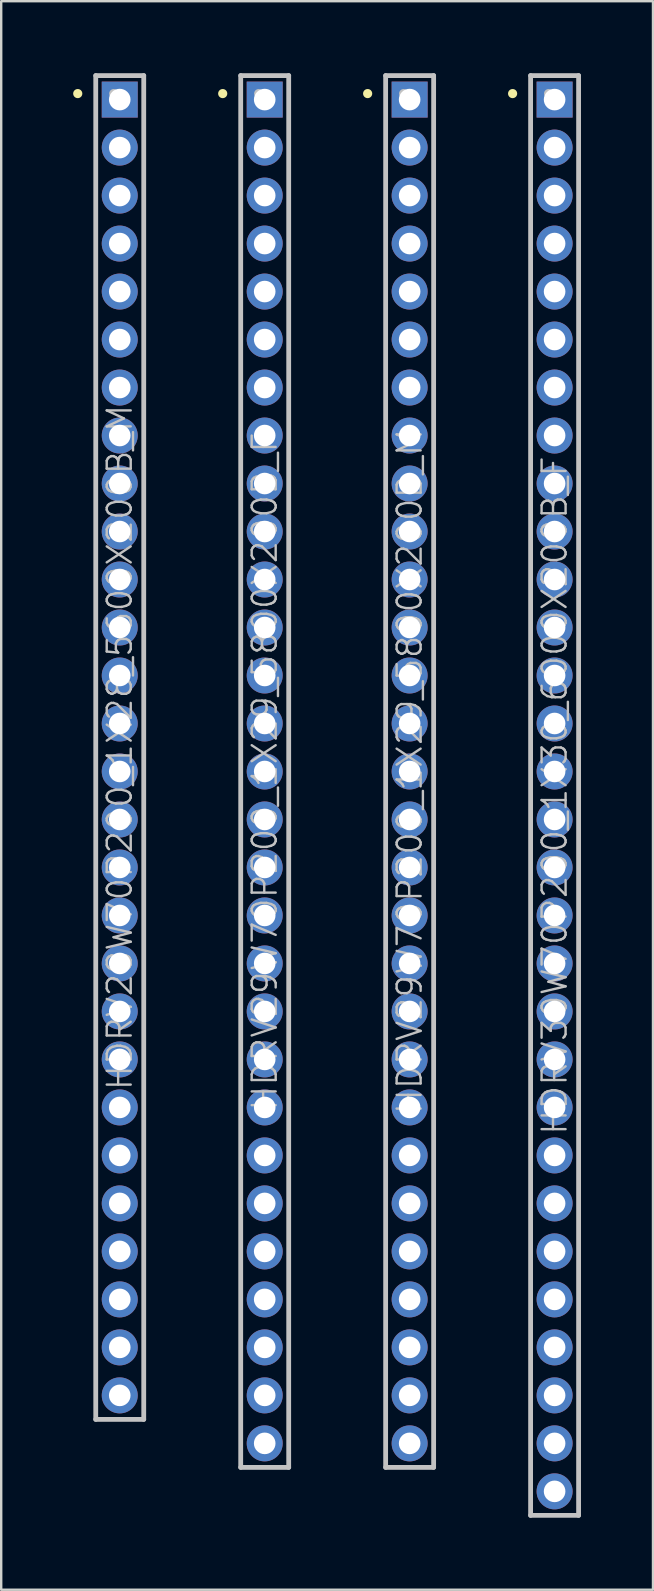
<source format=kicad_pcb>
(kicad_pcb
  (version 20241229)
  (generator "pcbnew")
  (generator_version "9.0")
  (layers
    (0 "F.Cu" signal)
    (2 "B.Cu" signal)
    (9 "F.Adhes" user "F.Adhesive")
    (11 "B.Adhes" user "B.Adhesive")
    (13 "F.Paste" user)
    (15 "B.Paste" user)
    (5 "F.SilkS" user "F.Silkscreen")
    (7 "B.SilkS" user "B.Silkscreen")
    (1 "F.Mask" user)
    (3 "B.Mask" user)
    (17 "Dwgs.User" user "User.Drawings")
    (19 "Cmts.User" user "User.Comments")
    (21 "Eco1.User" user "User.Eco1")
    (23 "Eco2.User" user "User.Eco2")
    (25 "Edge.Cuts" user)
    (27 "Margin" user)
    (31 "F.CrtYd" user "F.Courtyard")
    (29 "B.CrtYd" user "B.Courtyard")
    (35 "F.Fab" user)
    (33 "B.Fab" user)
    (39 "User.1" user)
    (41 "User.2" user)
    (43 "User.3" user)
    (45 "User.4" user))
  (footprint "HDRV30W70P200_1X30_6000X200B_F"
    (layer "F.Cu")
    (at 20.062 30.1)
    (property "Reference" "HDRV30W70P200_1X30_6000X200B_F" (at 0 0 90) (layer "Dwgs.User") (effects (font (size 1 1) (thickness 0.1))))
    (attr through_hole)
    (fp_line (start -1.75 -29.25) (end -1.75 -29.25) (stroke (width 0.381) (type solid)) (layer "F.SilkS"))
    (fp_line (start -1 -30) (end -1 30) (stroke (width 0.2) (type solid)) (layer "Dwgs.User"))
    (fp_line (start -1 -30) (end 1 -30) (stroke (width 0.2) (type solid)) (layer "Dwgs.User"))
    (fp_line (start -1 30) (end 1 30) (stroke (width 0.2) (type solid)) (layer "Dwgs.User"))
    (fp_line (start -0.25 -29.25) (end -0.25 -29.25) (stroke (width 0.381) (type solid)) (layer "Dwgs.User"))
    (fp_line (start 1 -30) (end 1 30) (stroke (width 0.2) (type solid)) (layer "Dwgs.User"))
    (pad "1" thru_hole rect (at 0 -29) (size 1.5 1.5) (drill 0.9) (layers "*.Cu" "*.Mask"))
    (pad "2" thru_hole circle (at 0 -27 270) (size 1.5 1.5) (drill 0.9) (layers "*.Cu" "*.Mask"))
    (pad "3" thru_hole circle (at 0 -25 270) (size 1.5 1.5) (drill 0.9) (layers "*.Cu" "*.Mask"))
    (pad "4" thru_hole circle (at 0 -23 270) (size 1.5 1.5) (drill 0.9) (layers "*.Cu" "*.Mask"))
    (pad "5" thru_hole circle (at 0 -21 270) (size 1.5 1.5) (drill 0.9) (layers "*.Cu" "*.Mask"))
    (pad "6" thru_hole circle (at 0 -19 270) (size 1.5 1.5) (drill 0.9) (layers "*.Cu" "*.Mask"))
    (pad "7" thru_hole circle (at 0 -17 270) (size 1.5 1.5) (drill 0.9) (layers "*.Cu" "*.Mask"))
    (pad "8" thru_hole circle (at 0 -15 270) (size 1.5 1.5) (drill 0.9) (layers "*.Cu" "*.Mask"))
    (pad "9" thru_hole circle (at 0 -13 270) (size 1.5 1.5) (drill 0.9) (layers "*.Cu" "*.Mask"))
    (pad "10" thru_hole circle (at 0 -11 270) (size 1.5 1.5) (drill 0.9) (layers "*.Cu" "*.Mask"))
    (pad "11" thru_hole circle (at 0 -9 270) (size 1.5 1.5) (drill 0.9) (layers "*.Cu" "*.Mask"))
    (pad "12" thru_hole circle (at 0 -7 270) (size 1.5 1.5) (drill 0.9) (layers "*.Cu" "*.Mask"))
    (pad "13" thru_hole circle (at 0 -5 270) (size 1.5 1.5) (drill 0.9) (layers "*.Cu" "*.Mask"))
    (pad "14" thru_hole circle (at 0 -3 270) (size 1.5 1.5) (drill 0.9) (layers "*.Cu" "*.Mask"))
    (pad "15" thru_hole circle (at 0 -1 270) (size 1.5 1.5) (drill 0.9) (layers "*.Cu" "*.Mask"))
    (pad "16" thru_hole circle (at 0 1 270) (size 1.5 1.5) (drill 0.9) (layers "*.Cu" "*.Mask"))
    (pad "17" thru_hole circle (at 0 3 270) (size 1.5 1.5) (drill 0.9) (layers "*.Cu" "*.Mask"))
    (pad "18" thru_hole circle (at 0 5 270) (size 1.5 1.5) (drill 0.9) (layers "*.Cu" "*.Mask"))
    (pad "19" thru_hole circle (at 0 7 270) (size 1.5 1.5) (drill 0.9) (layers "*.Cu" "*.Mask"))
    (pad "20" thru_hole circle (at 0 9 270) (size 1.5 1.5) (drill 0.9) (layers "*.Cu" "*.Mask"))
    (pad "21" thru_hole circle (at 0 11 270) (size 1.5 1.5) (drill 0.9) (layers "*.Cu" "*.Mask"))
    (pad "22" thru_hole circle (at 0 13 270) (size 1.5 1.5) (drill 0.9) (layers "*.Cu" "*.Mask"))
    (pad "23" thru_hole circle (at 0 15 270) (size 1.5 1.5) (drill 0.9) (layers "*.Cu" "*.Mask"))
    (pad "24" thru_hole circle (at 0 17 270) (size 1.5 1.5) (drill 0.9) (layers "*.Cu" "*.Mask"))
    (pad "25" thru_hole circle (at 0 19 270) (size 1.5 1.5) (drill 0.9) (layers "*.Cu" "*.Mask"))
    (pad "26" thru_hole circle (at 0 21 270) (size 1.5 1.5) (drill 0.9) (layers "*.Cu" "*.Mask"))
    (pad "27" thru_hole circle (at 0 23 270) (size 1.5 1.5) (drill 0.9) (layers "*.Cu" "*.Mask"))
    (pad "28" thru_hole circle (at 0 25 270) (size 1.5 1.5) (drill 0.9) (layers "*.Cu" "*.Mask"))
    (pad "29" thru_hole circle (at 0 27 270) (size 1.5 1.5) (drill 0.9) (layers "*.Cu" "*.Mask"))
    (pad "30" thru_hole circle (at 0 29 270) (size 1.5 1.5) (drill 0.9) (layers "*.Cu" "*.Mask")))
  (footprint "HDRV29W70P200_1X29_5800X200B_M"
    (layer "F.Cu")
    (at 14.021 29.1)
    (property "Reference" "HDRV29W70P200_1X29_5800X200B_M" (at 0 0 90) (layer "Dwgs.User") (effects (font (size 1 1) (thickness 0.1))))
    (attr through_hole)
    (fp_line (start -1.75 -28.25) (end -1.75 -28.25) (stroke (width 0.381) (type solid)) (layer "F.SilkS"))
    (fp_line (start -1 -29) (end -1 29) (stroke (width 0.2) (type solid)) (layer "Dwgs.User"))
    (fp_line (start -1 -29) (end 1 -29) (stroke (width 0.2) (type solid)) (layer "Dwgs.User"))
    (fp_line (start -1 29) (end 1 29) (stroke (width 0.2) (type solid)) (layer "Dwgs.User"))
    (fp_line (start -0.25 -28.25) (end -0.25 -28.25) (stroke (width 0.381) (type solid)) (layer "Dwgs.User"))
    (fp_line (start 1 -29) (end 1 29) (stroke (width 0.2) (type solid)) (layer "Dwgs.User"))
    (pad "1" thru_hole rect (at 0 -28) (size 1.5 1.5) (drill 0.9) (layers "*.Cu" "*.Mask"))
    (pad "2" thru_hole circle (at 0 -26 270) (size 1.5 1.5) (drill 0.9) (layers "*.Cu" "*.Mask"))
    (pad "3" thru_hole circle (at 0 -24 270) (size 1.5 1.5) (drill 0.9) (layers "*.Cu" "*.Mask"))
    (pad "4" thru_hole circle (at 0 -22 270) (size 1.5 1.5) (drill 0.9) (layers "*.Cu" "*.Mask"))
    (pad "5" thru_hole circle (at 0 -20 270) (size 1.5 1.5) (drill 0.9) (layers "*.Cu" "*.Mask"))
    (pad "6" thru_hole circle (at 0 -18 270) (size 1.5 1.5) (drill 0.9) (layers "*.Cu" "*.Mask"))
    (pad "7" thru_hole circle (at 0 -16 270) (size 1.5 1.5) (drill 0.9) (layers "*.Cu" "*.Mask"))
    (pad "8" thru_hole circle (at 0 -14 270) (size 1.5 1.5) (drill 0.9) (layers "*.Cu" "*.Mask"))
    (pad "9" thru_hole circle (at 0 -12 270) (size 1.5 1.5) (drill 0.9) (layers "*.Cu" "*.Mask"))
    (pad "10" thru_hole circle (at 0 -10 270) (size 1.5 1.5) (drill 0.9) (layers "*.Cu" "*.Mask"))
    (pad "11" thru_hole circle (at 0 -8 270) (size 1.5 1.5) (drill 0.9) (layers "*.Cu" "*.Mask"))
    (pad "12" thru_hole circle (at 0 -6 270) (size 1.5 1.5) (drill 0.9) (layers "*.Cu" "*.Mask"))
    (pad "13" thru_hole circle (at 0 -4 270) (size 1.5 1.5) (drill 0.9) (layers "*.Cu" "*.Mask"))
    (pad "14" thru_hole circle (at 0 -2 270) (size 1.5 1.5) (drill 0.9) (layers "*.Cu" "*.Mask"))
    (pad "15" thru_hole circle (at 0 0 270) (size 1.5 1.5) (drill 0.9) (layers "*.Cu" "*.Mask"))
    (pad "16" thru_hole circle (at 0 2 270) (size 1.5 1.5) (drill 0.9) (layers "*.Cu" "*.Mask"))
    (pad "17" thru_hole circle (at 0 4 270) (size 1.5 1.5) (drill 0.9) (layers "*.Cu" "*.Mask"))
    (pad "18" thru_hole circle (at 0 6 270) (size 1.5 1.5) (drill 0.9) (layers "*.Cu" "*.Mask"))
    (pad "19" thru_hole circle (at 0 8 270) (size 1.5 1.5) (drill 0.9) (layers "*.Cu" "*.Mask"))
    (pad "20" thru_hole circle (at 0 10 270) (size 1.5 1.5) (drill 0.9) (layers "*.Cu" "*.Mask"))
    (pad "21" thru_hole circle (at 0 12 270) (size 1.5 1.5) (drill 0.9) (layers "*.Cu" "*.Mask"))
    (pad "22" thru_hole circle (at 0 14 270) (size 1.5 1.5) (drill 0.9) (layers "*.Cu" "*.Mask"))
    (pad "23" thru_hole circle (at 0 16 270) (size 1.5 1.5) (drill 0.9) (layers "*.Cu" "*.Mask"))
    (pad "24" thru_hole circle (at 0 18 270) (size 1.5 1.5) (drill 0.9) (layers "*.Cu" "*.Mask"))
    (pad "25" thru_hole circle (at 0 20 270) (size 1.5 1.5) (drill 0.9) (layers "*.Cu" "*.Mask"))
    (pad "26" thru_hole circle (at 0 22 270) (size 1.5 1.5) (drill 0.9) (layers "*.Cu" "*.Mask"))
    (pad "27" thru_hole circle (at 0 24 270) (size 1.5 1.5) (drill 0.9) (layers "*.Cu" "*.Mask"))
    (pad "28" thru_hole circle (at 0 26 270) (size 1.5 1.5) (drill 0.9) (layers "*.Cu" "*.Mask"))
    (pad "29" thru_hole circle (at 0 28 270) (size 1.5 1.5) (drill 0.9) (layers "*.Cu" "*.Mask")))
  (footprint "HDRV28W70P200_1X28_5600X200B_M"
    (layer "F.Cu")
    (at 1.94 28.1)
    (property "Reference" "HDRV28W70P200_1X28_5600X200B_M" (at 0 0 90) (layer "Dwgs.User") (effects (font (size 1 1) (thickness 0.1))))
    (attr through_hole)
    (fp_line (start -1.75 -27.25) (end -1.75 -27.25) (stroke (width 0.381) (type solid)) (layer "F.SilkS"))
    (fp_line (start -1 -28) (end -1 28) (stroke (width 0.2) (type solid)) (layer "Dwgs.User"))
    (fp_line (start -1 -28) (end 1 -28) (stroke (width 0.2) (type solid)) (layer "Dwgs.User"))
    (fp_line (start -1 28) (end 1 28) (stroke (width 0.2) (type solid)) (layer "Dwgs.User"))
    (fp_line (start -0.25 -27.25) (end -0.25 -27.25) (stroke (width 0.381) (type solid)) (layer "Dwgs.User"))
    (fp_line (start 1 -28) (end 1 28) (stroke (width 0.2) (type solid)) (layer "Dwgs.User"))
    (pad "1" thru_hole rect (at 0 -27) (size 1.5 1.5) (drill 0.9) (layers "*.Cu" "*.Mask"))
    (pad "2" thru_hole circle (at 0 -25 270) (size 1.5 1.5) (drill 0.9) (layers "*.Cu" "*.Mask"))
    (pad "3" thru_hole circle (at 0 -23 270) (size 1.5 1.5) (drill 0.9) (layers "*.Cu" "*.Mask"))
    (pad "4" thru_hole circle (at 0 -21 270) (size 1.5 1.5) (drill 0.9) (layers "*.Cu" "*.Mask"))
    (pad "5" thru_hole circle (at 0 -19 270) (size 1.5 1.5) (drill 0.9) (layers "*.Cu" "*.Mask"))
    (pad "6" thru_hole circle (at 0 -17 270) (size 1.5 1.5) (drill 0.9) (layers "*.Cu" "*.Mask"))
    (pad "7" thru_hole circle (at 0 -15 270) (size 1.5 1.5) (drill 0.9) (layers "*.Cu" "*.Mask"))
    (pad "8" thru_hole circle (at 0 -13 270) (size 1.5 1.5) (drill 0.9) (layers "*.Cu" "*.Mask"))
    (pad "9" thru_hole circle (at 0 -11 270) (size 1.5 1.5) (drill 0.9) (layers "*.Cu" "*.Mask"))
    (pad "10" thru_hole circle (at 0 -9 270) (size 1.5 1.5) (drill 0.9) (layers "*.Cu" "*.Mask"))
    (pad "11" thru_hole circle (at 0 -7 270) (size 1.5 1.5) (drill 0.9) (layers "*.Cu" "*.Mask"))
    (pad "12" thru_hole circle (at 0 -5 270) (size 1.5 1.5) (drill 0.9) (layers "*.Cu" "*.Mask"))
    (pad "13" thru_hole circle (at 0 -3 270) (size 1.5 1.5) (drill 0.9) (layers "*.Cu" "*.Mask"))
    (pad "14" thru_hole circle (at 0 -1 270) (size 1.5 1.5) (drill 0.9) (layers "*.Cu" "*.Mask"))
    (pad "15" thru_hole circle (at 0 1 270) (size 1.5 1.5) (drill 0.9) (layers "*.Cu" "*.Mask"))
    (pad "16" thru_hole circle (at 0 3 270) (size 1.5 1.5) (drill 0.9) (layers "*.Cu" "*.Mask"))
    (pad "17" thru_hole circle (at 0 5 270) (size 1.5 1.5) (drill 0.9) (layers "*.Cu" "*.Mask"))
    (pad "18" thru_hole circle (at 0 7 270) (size 1.5 1.5) (drill 0.9) (layers "*.Cu" "*.Mask"))
    (pad "19" thru_hole circle (at 0 9 270) (size 1.5 1.5) (drill 0.9) (layers "*.Cu" "*.Mask"))
    (pad "20" thru_hole circle (at 0 11 270) (size 1.5 1.5) (drill 0.9) (layers "*.Cu" "*.Mask"))
    (pad "21" thru_hole circle (at 0 13 270) (size 1.5 1.5) (drill 0.9) (layers "*.Cu" "*.Mask"))
    (pad "22" thru_hole circle (at 0 15 270) (size 1.5 1.5) (drill 0.9) (layers "*.Cu" "*.Mask"))
    (pad "23" thru_hole circle (at 0 17 270) (size 1.5 1.5) (drill 0.9) (layers "*.Cu" "*.Mask"))
    (pad "24" thru_hole circle (at 0 19 270) (size 1.5 1.5) (drill 0.9) (layers "*.Cu" "*.Mask"))
    (pad "25" thru_hole circle (at 0 21 270) (size 1.5 1.5) (drill 0.9) (layers "*.Cu" "*.Mask"))
    (pad "26" thru_hole circle (at 0 23 270) (size 1.5 1.5) (drill 0.9) (layers "*.Cu" "*.Mask"))
    (pad "27" thru_hole circle (at 0 25 270) (size 1.5 1.5) (drill 0.9) (layers "*.Cu" "*.Mask"))
    (pad "28" thru_hole circle (at 0 27 270) (size 1.5 1.5) (drill 0.9) (layers "*.Cu" "*.Mask")))
  (footprint "HDRV29W70P200_1X29_5800X200B_F"
    (layer "F.Cu")
    (at 7.981 29.1)
    (property "Reference" "HDRV29W70P200_1X29_5800X200B_F" (at 0 0 90) (layer "Dwgs.User") (effects (font (size 1 1) (thickness 0.1))))
    (attr through_hole)
    (fp_line (start -1.75 -28.25) (end -1.75 -28.25) (stroke (width 0.381) (type solid)) (layer "F.SilkS"))
    (fp_line (start -1 -29) (end -1 29) (stroke (width 0.2) (type solid)) (layer "Dwgs.User"))
    (fp_line (start -1 -29) (end 1 -29) (stroke (width 0.2) (type solid)) (layer "Dwgs.User"))
    (fp_line (start -1 29) (end 1 29) (stroke (width 0.2) (type solid)) (layer "Dwgs.User"))
    (fp_line (start -0.25 -28.25) (end -0.25 -28.25) (stroke (width 0.381) (type solid)) (layer "Dwgs.User"))
    (fp_line (start 1 -29) (end 1 29) (stroke (width 0.2) (type solid)) (layer "Dwgs.User"))
    (pad "1" thru_hole rect (at 0 -28) (size 1.5 1.5) (drill 0.9) (layers "*.Cu" "*.Mask"))
    (pad "2" thru_hole circle (at 0 -26 270) (size 1.5 1.5) (drill 0.9) (layers "*.Cu" "*.Mask"))
    (pad "3" thru_hole circle (at 0 -24 270) (size 1.5 1.5) (drill 0.9) (layers "*.Cu" "*.Mask"))
    (pad "4" thru_hole circle (at 0 -22 270) (size 1.5 1.5) (drill 0.9) (layers "*.Cu" "*.Mask"))
    (pad "5" thru_hole circle (at 0 -20 270) (size 1.5 1.5) (drill 0.9) (layers "*.Cu" "*.Mask"))
    (pad "6" thru_hole circle (at 0 -18 270) (size 1.5 1.5) (drill 0.9) (layers "*.Cu" "*.Mask"))
    (pad "7" thru_hole circle (at 0 -16 270) (size 1.5 1.5) (drill 0.9) (layers "*.Cu" "*.Mask"))
    (pad "8" thru_hole circle (at 0 -14 270) (size 1.5 1.5) (drill 0.9) (layers "*.Cu" "*.Mask"))
    (pad "9" thru_hole circle (at 0 -12 270) (size 1.5 1.5) (drill 0.9) (layers "*.Cu" "*.Mask"))
    (pad "10" thru_hole circle (at 0 -10 270) (size 1.5 1.5) (drill 0.9) (layers "*.Cu" "*.Mask"))
    (pad "11" thru_hole circle (at 0 -8 270) (size 1.5 1.5) (drill 0.9) (layers "*.Cu" "*.Mask"))
    (pad "12" thru_hole circle (at 0 -6 270) (size 1.5 1.5) (drill 0.9) (layers "*.Cu" "*.Mask"))
    (pad "13" thru_hole circle (at 0 -4 270) (size 1.5 1.5) (drill 0.9) (layers "*.Cu" "*.Mask"))
    (pad "14" thru_hole circle (at 0 -2 270) (size 1.5 1.5) (drill 0.9) (layers "*.Cu" "*.Mask"))
    (pad "15" thru_hole circle (at 0 0 270) (size 1.5 1.5) (drill 0.9) (layers "*.Cu" "*.Mask"))
    (pad "16" thru_hole circle (at 0 2 270) (size 1.5 1.5) (drill 0.9) (layers "*.Cu" "*.Mask"))
    (pad "17" thru_hole circle (at 0 4 270) (size 1.5 1.5) (drill 0.9) (layers "*.Cu" "*.Mask"))
    (pad "18" thru_hole circle (at 0 6 270) (size 1.5 1.5) (drill 0.9) (layers "*.Cu" "*.Mask"))
    (pad "19" thru_hole circle (at 0 8 270) (size 1.5 1.5) (drill 0.9) (layers "*.Cu" "*.Mask"))
    (pad "20" thru_hole circle (at 0 10 270) (size 1.5 1.5) (drill 0.9) (layers "*.Cu" "*.Mask"))
    (pad "21" thru_hole circle (at 0 12 270) (size 1.5 1.5) (drill 0.9) (layers "*.Cu" "*.Mask"))
    (pad "22" thru_hole circle (at 0 14 270) (size 1.5 1.5) (drill 0.9) (layers "*.Cu" "*.Mask"))
    (pad "23" thru_hole circle (at 0 16 270) (size 1.5 1.5) (drill 0.9) (layers "*.Cu" "*.Mask"))
    (pad "24" thru_hole circle (at 0 18 270) (size 1.5 1.5) (drill 0.9) (layers "*.Cu" "*.Mask"))
    (pad "25" thru_hole circle (at 0 20 270) (size 1.5 1.5) (drill 0.9) (layers "*.Cu" "*.Mask"))
    (pad "26" thru_hole circle (at 0 22 270) (size 1.5 1.5) (drill 0.9) (layers "*.Cu" "*.Mask"))
    (pad "27" thru_hole circle (at 0 24 270) (size 1.5 1.5) (drill 0.9) (layers "*.Cu" "*.Mask"))
    (pad "28" thru_hole circle (at 0 26 270) (size 1.5 1.5) (drill 0.9) (layers "*.Cu" "*.Mask"))
    (pad "29" thru_hole circle (at 0 28 270) (size 1.5 1.5) (drill 0.9) (layers "*.Cu" "*.Mask")))
  (gr_rect
    (start -3 -3)
    (end 24.162 63.2)
    (stroke (width 0.1) (type default))
    (fill no)
    (layer "Edge.Cuts")))
</source>
